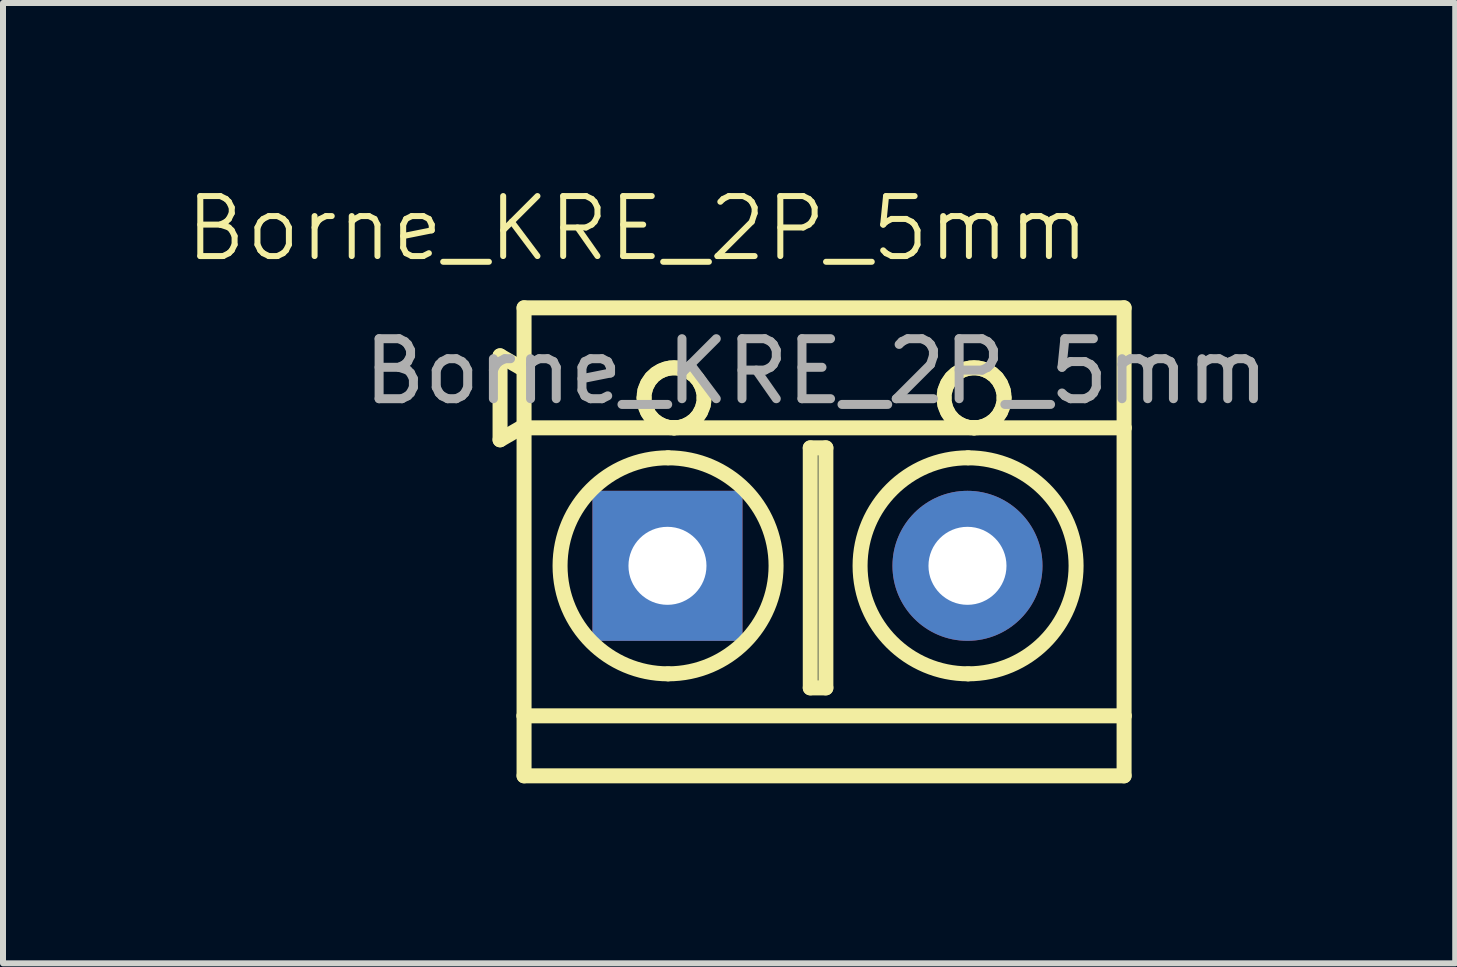
<source format=kicad_pcb>
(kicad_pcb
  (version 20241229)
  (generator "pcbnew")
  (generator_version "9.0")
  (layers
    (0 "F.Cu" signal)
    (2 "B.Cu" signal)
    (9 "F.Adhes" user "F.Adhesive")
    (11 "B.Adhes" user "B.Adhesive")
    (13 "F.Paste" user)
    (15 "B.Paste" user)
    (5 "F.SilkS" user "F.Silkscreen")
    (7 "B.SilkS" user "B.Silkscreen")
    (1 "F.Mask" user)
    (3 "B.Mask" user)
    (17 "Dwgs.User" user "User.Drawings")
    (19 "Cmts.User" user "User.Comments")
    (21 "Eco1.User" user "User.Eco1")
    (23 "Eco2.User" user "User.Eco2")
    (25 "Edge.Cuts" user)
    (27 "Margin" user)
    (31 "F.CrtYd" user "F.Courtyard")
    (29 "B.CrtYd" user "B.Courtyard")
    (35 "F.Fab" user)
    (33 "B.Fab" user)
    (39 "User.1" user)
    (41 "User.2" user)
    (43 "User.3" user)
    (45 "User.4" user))
  (footprint "Borne_KRE_2P_5mm"
    (layer "F.Cu")
    (at 5.664 1.98)
    (property "Reference" "Borne_KRE_2P_5mm" (at 1.91 -1.22 0) (unlocked yes) (layer "F.SilkS") (effects (font (size 1 1) (thickness 0.1))))
    (attr through_hole)
    (fp_line (start -0.38 0.9) (end 0.02 1.131) (stroke (width 0.25) (type solid)) (layer "F.SilkS"))
    (fp_line (start -0.38 2.3) (end -0.38 0.9) (stroke (width 0.25) (type solid)) (layer "F.SilkS"))
    (fp_line (start 0.02 0.1) (end 10.02 0.1) (stroke (width 0.25) (type solid)) (layer "F.SilkS"))
    (fp_line (start 0.02 2.069) (end -0.38 2.3) (stroke (width 0.25) (type solid)) (layer "F.SilkS"))
    (fp_line (start 0.02 2.1) (end 0.02 0.1) (stroke (width 0.25) (type solid)) (layer "F.SilkS"))
    (fp_line (start 0.02 2.1) (end 2.52 2.1) (stroke (width 0.25) (type solid)) (layer "F.SilkS"))
    (fp_line (start 0.02 6.9) (end 0.02 2.1) (stroke (width 0.25) (type solid)) (layer "F.SilkS"))
    (fp_line (start 0.02 6.9) (end 10.02 6.9) (stroke (width 0.25) (type solid)) (layer "F.SilkS"))
    (fp_line (start 0.02 7.9) (end 0.02 6.9) (stroke (width 0.25) (type solid)) (layer "F.SilkS"))
    (fp_line (start 0.02 7.9) (end 10.02 7.9) (stroke (width 0.25) (type solid)) (layer "F.SilkS"))
    (fp_line (start 2.52 2.1) (end 7.52 2.1) (stroke (width 0.25) (type solid)) (layer "F.SilkS"))
    (fp_line (start 4.79 2.434) (end 4.79 6.434) (stroke (width 0.25) (type solid)) (layer "F.SilkS"))
    (fp_line (start 4.79 6.434) (end 5.05 6.434) (stroke (width 0.25) (type solid)) (layer "F.SilkS"))
    (fp_line (start 5.05 2.434) (end 4.79 2.434) (stroke (width 0.25) (type solid)) (layer "F.SilkS"))
    (fp_line (start 5.05 6.434) (end 5.05 2.434) (stroke (width 0.25) (type solid)) (layer "F.SilkS"))
    (fp_line (start 7.52 2.1) (end 10.02 2.1) (stroke (width 0.25) (type solid)) (layer "F.SilkS"))
    (fp_line (start 10.02 2.1) (end 10.02 0.1) (stroke (width 0.25) (type solid)) (layer "F.SilkS"))
    (fp_line (start 10.02 6.9) (end 10.02 2.1) (stroke (width 0.25) (type solid)) (layer "F.SilkS"))
    (fp_line (start 10.02 7.9) (end 10.02 6.9) (stroke (width 0.25) (type solid)) (layer "F.SilkS"))
    (fp_arc (start 2.42 2.6) (mid 4.220017 4.4) (end 2.42 6.2) (stroke (width 0.25) (type solid)) (layer "F.SilkS"))
    (fp_arc (start 2.42 6.2) (mid 0.620017 4.4) (end 2.42 2.6) (stroke (width 0.25) (type solid)) (layer "F.SilkS"))
    (fp_arc (start 7.42 2.6) (mid 9.219997 4.4) (end 7.42 6.2) (stroke (width 0.25) (type solid)) (layer "F.SilkS"))
    (fp_arc (start 7.42 6.2) (mid 5.619997 4.4) (end 7.42 2.6) (stroke (width 0.25) (type solid)) (layer "F.SilkS"))
    (fp_curve (pts (xy 2.02 1.6) (xy 2.02 1.559) (xy 2.025 1.518) (xy 2.035 1.477)) (stroke (width 0.25) (type solid)) (layer "F.SilkS"))
    (fp_curve (pts (xy 2.035 1.477) (xy 2.045 1.439) (xy 2.059 1.401) (xy 2.079 1.365)) (stroke (width 0.25) (type solid)) (layer "F.SilkS"))
    (fp_curve (pts (xy 2.035 1.723) (xy 2.025 1.682) (xy 2.02 1.641) (xy 2.02 1.6)) (stroke (width 0.25) (type solid)) (layer "F.SilkS"))
    (fp_curve (pts (xy 2.079 1.365) (xy 2.096 1.333) (xy 2.117 1.301) (xy 2.143 1.271)) (stroke (width 0.25) (type solid)) (layer "F.SilkS"))
    (fp_curve (pts (xy 2.079 1.835) (xy 2.059 1.799) (xy 2.045 1.761) (xy 2.035 1.723)) (stroke (width 0.25) (type solid)) (layer "F.SilkS"))
    (fp_curve (pts (xy 2.143 1.271) (xy 2.165 1.246) (xy 2.19 1.222) (xy 2.22 1.2)) (stroke (width 0.25) (type solid)) (layer "F.SilkS"))
    (fp_curve (pts (xy 2.143 1.929) (xy 2.117 1.899) (xy 2.096 1.867) (xy 2.079 1.835)) (stroke (width 0.25) (type solid)) (layer "F.SilkS"))
    (fp_curve (pts (xy 2.22 1.2) (xy 2.244 1.182) (xy 2.271 1.165) (xy 2.301 1.151)) (stroke (width 0.25) (type solid)) (layer "F.SilkS"))
    (fp_curve (pts (xy 2.22 2) (xy 2.19 1.978) (xy 2.165 1.954) (xy 2.143 1.929)) (stroke (width 0.25) (type solid)) (layer "F.SilkS"))
    (fp_curve (pts (xy 2.301 1.151) (xy 2.325 1.139) (xy 2.351 1.128) (xy 2.38 1.12)) (stroke (width 0.25) (type solid)) (layer "F.SilkS"))
    (fp_curve (pts (xy 2.301 2.049) (xy 2.271 2.035) (xy 2.244 2.018) (xy 2.22 2)) (stroke (width 0.25) (type solid)) (layer "F.SilkS"))
    (fp_curve (pts (xy 2.38 1.12) (xy 2.403 1.113) (xy 2.428 1.108) (xy 2.454 1.104)) (stroke (width 0.25) (type solid)) (layer "F.SilkS"))
    (fp_curve (pts (xy 2.38 2.08) (xy 2.351 2.072) (xy 2.325 2.061) (xy 2.301 2.049)) (stroke (width 0.25) (type solid)) (layer "F.SilkS"))
    (fp_curve (pts (xy 2.454 1.104) (xy 2.475 1.102) (xy 2.498 1.101) (xy 2.52 1.1)) (stroke (width 0.25) (type solid)) (layer "F.SilkS"))
    (fp_curve (pts (xy 2.454 2.096) (xy 2.428 2.092) (xy 2.403 2.087) (xy 2.38 2.08)) (stroke (width 0.25) (type solid)) (layer "F.SilkS"))
    (fp_curve (pts (xy 2.52 1.1) (xy 2.542 1.101) (xy 2.565 1.102) (xy 2.586 1.104)) (stroke (width 0.25) (type solid)) (layer "F.SilkS"))
    (fp_curve (pts (xy 2.52 2.1) (xy 2.498 2.099) (xy 2.475 2.098) (xy 2.454 2.096)) (stroke (width 0.25) (type solid)) (layer "F.SilkS"))
    (fp_curve (pts (xy 2.586 1.104) (xy 2.612 1.108) (xy 2.637 1.113) (xy 2.66 1.12)) (stroke (width 0.25) (type solid)) (layer "F.SilkS"))
    (fp_curve (pts (xy 2.586 2.096) (xy 2.565 2.098) (xy 2.542 2.099) (xy 2.52 2.1)) (stroke (width 0.25) (type solid)) (layer "F.SilkS"))
    (fp_curve (pts (xy 2.66 1.12) (xy 2.689 1.128) (xy 2.715 1.139) (xy 2.739 1.151)) (stroke (width 0.25) (type solid)) (layer "F.SilkS"))
    (fp_curve (pts (xy 2.66 2.08) (xy 2.637 2.087) (xy 2.612 2.092) (xy 2.586 2.096)) (stroke (width 0.25) (type solid)) (layer "F.SilkS"))
    (fp_curve (pts (xy 2.739 1.151) (xy 2.769 1.165) (xy 2.796 1.182) (xy 2.82 1.2)) (stroke (width 0.25) (type solid)) (layer "F.SilkS"))
    (fp_curve (pts (xy 2.739 2.049) (xy 2.715 2.061) (xy 2.689 2.072) (xy 2.66 2.08)) (stroke (width 0.25) (type solid)) (layer "F.SilkS"))
    (fp_curve (pts (xy 2.82 1.2) (xy 2.85 1.222) (xy 2.875 1.246) (xy 2.897 1.271)) (stroke (width 0.25) (type solid)) (layer "F.SilkS"))
    (fp_curve (pts (xy 2.82 2) (xy 2.796 2.018) (xy 2.769 2.035) (xy 2.739 2.049)) (stroke (width 0.25) (type solid)) (layer "F.SilkS"))
    (fp_curve (pts (xy 2.897 1.271) (xy 2.923 1.301) (xy 2.944 1.333) (xy 2.961 1.365)) (stroke (width 0.25) (type solid)) (layer "F.SilkS"))
    (fp_curve (pts (xy 2.897 1.929) (xy 2.875 1.954) (xy 2.85 1.978) (xy 2.82 2)) (stroke (width 0.25) (type solid)) (layer "F.SilkS"))
    (fp_curve (pts (xy 2.961 1.365) (xy 2.981 1.401) (xy 2.995 1.439) (xy 3.005 1.477)) (stroke (width 0.25) (type solid)) (layer "F.SilkS"))
    (fp_curve (pts (xy 2.961 1.835) (xy 2.944 1.867) (xy 2.923 1.899) (xy 2.897 1.929)) (stroke (width 0.25) (type solid)) (layer "F.SilkS"))
    (fp_curve (pts (xy 3.005 1.477) (xy 3.015 1.518) (xy 3.02 1.559) (xy 3.02 1.6)) (stroke (width 0.25) (type solid)) (layer "F.SilkS"))
    (fp_curve (pts (xy 3.005 1.723) (xy 2.995 1.761) (xy 2.981 1.799) (xy 2.961 1.835)) (stroke (width 0.25) (type solid)) (layer "F.SilkS"))
    (fp_curve (pts (xy 3.02 1.6) (xy 3.02 1.641) (xy 3.015 1.682) (xy 3.005 1.723)) (stroke (width 0.25) (type solid)) (layer "F.SilkS"))
    (fp_curve (pts (xy 7.02 1.6) (xy 7.02 1.559) (xy 7.025 1.518) (xy 7.035 1.477)) (stroke (width 0.25) (type solid)) (layer "F.SilkS"))
    (fp_curve (pts (xy 7.035 1.477) (xy 7.045 1.439) (xy 7.059 1.401) (xy 7.079 1.365)) (stroke (width 0.25) (type solid)) (layer "F.SilkS"))
    (fp_curve (pts (xy 7.035 1.723) (xy 7.025 1.682) (xy 7.02 1.641) (xy 7.02 1.6)) (stroke (width 0.25) (type solid)) (layer "F.SilkS"))
    (fp_curve (pts (xy 7.079 1.365) (xy 7.096 1.333) (xy 7.117 1.301) (xy 7.143 1.271)) (stroke (width 0.25) (type solid)) (layer "F.SilkS"))
    (fp_curve (pts (xy 7.079 1.835) (xy 7.059 1.799) (xy 7.045 1.761) (xy 7.035 1.723)) (stroke (width 0.25) (type solid)) (layer "F.SilkS"))
    (fp_curve (pts (xy 7.143 1.271) (xy 7.165 1.246) (xy 7.19 1.222) (xy 7.22 1.2)) (stroke (width 0.25) (type solid)) (layer "F.SilkS"))
    (fp_curve (pts (xy 7.143 1.929) (xy 7.117 1.899) (xy 7.096 1.867) (xy 7.079 1.835)) (stroke (width 0.25) (type solid)) (layer "F.SilkS"))
    (fp_curve (pts (xy 7.22 1.2) (xy 7.244 1.182) (xy 7.271 1.165) (xy 7.301 1.151)) (stroke (width 0.25) (type solid)) (layer "F.SilkS"))
    (fp_curve (pts (xy 7.22 2) (xy 7.19 1.978) (xy 7.165 1.954) (xy 7.143 1.929)) (stroke (width 0.25) (type solid)) (layer "F.SilkS"))
    (fp_curve (pts (xy 7.301 1.151) (xy 7.325 1.139) (xy 7.351 1.128) (xy 7.38 1.12)) (stroke (width 0.25) (type solid)) (layer "F.SilkS"))
    (fp_curve (pts (xy 7.301 2.049) (xy 7.271 2.035) (xy 7.244 2.018) (xy 7.22 2)) (stroke (width 0.25) (type solid)) (layer "F.SilkS"))
    (fp_curve (pts (xy 7.38 1.12) (xy 7.403 1.113) (xy 7.428 1.108) (xy 7.454 1.104)) (stroke (width 0.25) (type solid)) (layer "F.SilkS"))
    (fp_curve (pts (xy 7.38 2.08) (xy 7.351 2.072) (xy 7.325 2.061) (xy 7.301 2.049)) (stroke (width 0.25) (type solid)) (layer "F.SilkS"))
    (fp_curve (pts (xy 7.454 1.104) (xy 7.475 1.102) (xy 7.498 1.101) (xy 7.52 1.1)) (stroke (width 0.25) (type solid)) (layer "F.SilkS"))
    (fp_curve (pts (xy 7.454 2.096) (xy 7.428 2.092) (xy 7.403 2.087) (xy 7.38 2.08)) (stroke (width 0.25) (type solid)) (layer "F.SilkS"))
    (fp_curve (pts (xy 7.52 1.1) (xy 7.542 1.101) (xy 7.565 1.102) (xy 7.586 1.104)) (stroke (width 0.25) (type solid)) (layer "F.SilkS"))
    (fp_curve (pts (xy 7.52 2.1) (xy 7.498 2.099) (xy 7.475 2.098) (xy 7.454 2.096)) (stroke (width 0.25) (type solid)) (layer "F.SilkS"))
    (fp_curve (pts (xy 7.586 1.104) (xy 7.612 1.108) (xy 7.637 1.113) (xy 7.66 1.12)) (stroke (width 0.25) (type solid)) (layer "F.SilkS"))
    (fp_curve (pts (xy 7.586 2.096) (xy 7.565 2.098) (xy 7.542 2.099) (xy 7.52 2.1)) (stroke (width 0.25) (type solid)) (layer "F.SilkS"))
    (fp_curve (pts (xy 7.66 1.12) (xy 7.689 1.128) (xy 7.715 1.139) (xy 7.739 1.151)) (stroke (width 0.25) (type solid)) (layer "F.SilkS"))
    (fp_curve (pts (xy 7.66 2.08) (xy 7.637 2.087) (xy 7.612 2.092) (xy 7.586 2.096)) (stroke (width 0.25) (type solid)) (layer "F.SilkS"))
    (fp_curve (pts (xy 7.739 1.151) (xy 7.769 1.165) (xy 7.796 1.182) (xy 7.82 1.2)) (stroke (width 0.25) (type solid)) (layer "F.SilkS"))
    (fp_curve (pts (xy 7.739 2.049) (xy 7.715 2.061) (xy 7.689 2.072) (xy 7.66 2.08)) (stroke (width 0.25) (type solid)) (layer "F.SilkS"))
    (fp_curve (pts (xy 7.82 1.2) (xy 7.85 1.222) (xy 7.875 1.246) (xy 7.897 1.271)) (stroke (width 0.25) (type solid)) (layer "F.SilkS"))
    (fp_curve (pts (xy 7.82 2) (xy 7.796 2.018) (xy 7.769 2.035) (xy 7.739 2.049)) (stroke (width 0.25) (type solid)) (layer "F.SilkS"))
    (fp_curve (pts (xy 7.897 1.271) (xy 7.923 1.301) (xy 7.944 1.333) (xy 7.961 1.365)) (stroke (width 0.25) (type solid)) (layer "F.SilkS"))
    (fp_curve (pts (xy 7.897 1.929) (xy 7.875 1.954) (xy 7.85 1.978) (xy 7.82 2)) (stroke (width 0.25) (type solid)) (layer "F.SilkS"))
    (fp_curve (pts (xy 7.961 1.365) (xy 7.981 1.401) (xy 7.995 1.439) (xy 8.005 1.477)) (stroke (width 0.25) (type solid)) (layer "F.SilkS"))
    (fp_curve (pts (xy 7.961 1.835) (xy 7.944 1.867) (xy 7.923 1.899) (xy 7.897 1.929)) (stroke (width 0.25) (type solid)) (layer "F.SilkS"))
    (fp_curve (pts (xy 8.005 1.477) (xy 8.015 1.518) (xy 8.02 1.559) (xy 8.02 1.6)) (stroke (width 0.25) (type solid)) (layer "F.SilkS"))
    (fp_curve (pts (xy 8.005 1.723) (xy 7.995 1.761) (xy 7.981 1.799) (xy 7.961 1.835)) (stroke (width 0.25) (type solid)) (layer "F.SilkS"))
    (fp_curve (pts (xy 8.02 1.6) (xy 8.02 1.641) (xy 8.015 1.682) (xy 8.005 1.723)) (stroke (width 0.25) (type solid)) (layer "F.SilkS"))
    (fp_text user "${REFERENCE}" (at 4.89 1.16 0) (unlocked yes) (layer "F.Fab") (effects (font (size 1 1) (thickness 0.15))))
    (pad "1" thru_hole rect (at 2.41 4.4 180) (size 2.5 2.5) (drill 1.3) (layers "*.Cu" "*.Mask"))
    (pad "2" thru_hole circle (at 7.41 4.4 180) (size 2.5 2.5) (drill 1.3) (layers "*.Cu" "*.Mask")))
  (gr_rect
    (start -3 -3)
    (end 21.203 13.005)
    (stroke (width 0.1) (type default))
    (fill no)
    (layer "Edge.Cuts")))
</source>
